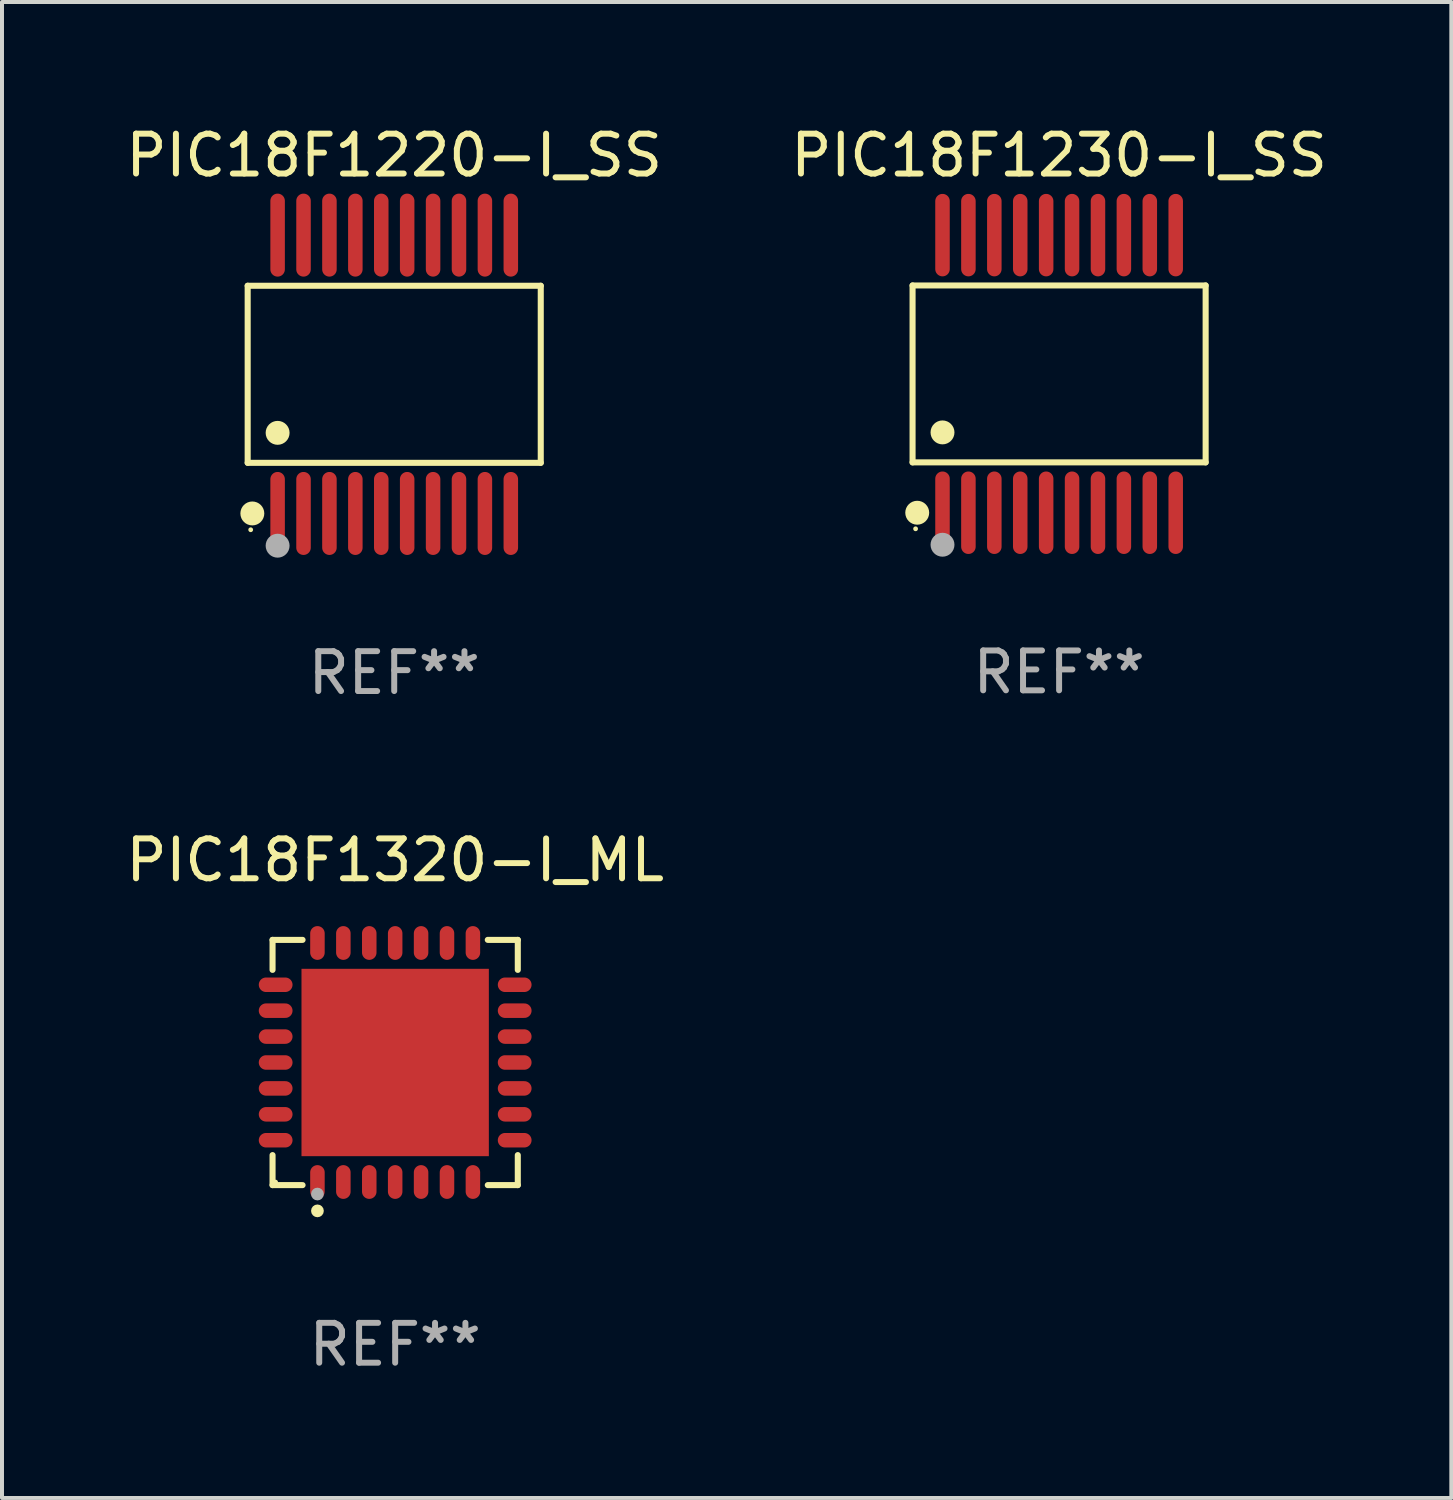
<source format=kicad_pcb>
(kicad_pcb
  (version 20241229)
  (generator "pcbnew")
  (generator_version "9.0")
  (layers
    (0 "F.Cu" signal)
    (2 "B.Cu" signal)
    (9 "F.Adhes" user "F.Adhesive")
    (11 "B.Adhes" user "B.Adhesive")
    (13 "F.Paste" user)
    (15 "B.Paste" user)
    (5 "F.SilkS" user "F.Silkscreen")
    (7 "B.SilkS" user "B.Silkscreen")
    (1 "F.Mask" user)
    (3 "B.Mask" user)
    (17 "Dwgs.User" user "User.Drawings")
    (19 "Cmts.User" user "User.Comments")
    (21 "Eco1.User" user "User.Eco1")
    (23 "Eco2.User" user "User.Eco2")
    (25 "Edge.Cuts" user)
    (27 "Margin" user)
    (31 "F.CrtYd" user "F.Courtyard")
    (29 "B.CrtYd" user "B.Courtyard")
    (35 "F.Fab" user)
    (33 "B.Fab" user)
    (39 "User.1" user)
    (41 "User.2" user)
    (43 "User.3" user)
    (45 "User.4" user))
  (footprint "PIC18F1220-I_SS"
    (layer "F.Cu")
    (at 6.839 6.339)
    (property "Reference" "PIC18F1220-I_SS" (at 0 -5.491 0) (layer "F.SilkS") (effects (font (size 1 1) (thickness 0.15))))
    (attr through_hole)
    (fp_line (start -3.676 -2.221) (end 3.676 -2.221) (stroke (width 0.152) (type solid)) (layer "F.SilkS"))
    (fp_line (start -3.676 2.221) (end -3.676 -2.221) (stroke (width 0.152) (type solid)) (layer "F.SilkS"))
    (fp_line (start 3.676 -2.221) (end 3.676 2.221) (stroke (width 0.152) (type solid)) (layer "F.SilkS"))
    (fp_line (start 3.676 2.221) (end -3.676 2.221) (stroke (width 0.152) (type solid)) (layer "F.SilkS"))
    (fp_circle (center -3.6 3.9) (end -3.57 3.9) (stroke (width 0.06) (type solid)) (fill no) (layer "F.SilkS"))
    (fp_circle (center -3.559 3.491) (end -3.409 3.491) (stroke (width 0.3) (type solid)) (fill no) (layer "F.SilkS"))
    (fp_circle (center -2.925 1.469) (end -2.775 1.469) (stroke (width 0.3) (type solid)) (fill no) (layer "F.SilkS"))
    (fp_circle (center -2.925 4.3) (end -2.775 4.3) (stroke (width 0.3) (type solid)) (fill no) (layer "F.Fab"))
    (fp_text user "REF**" (at 0 7.491 0) (layer "F.Fab") (effects (font (size 1 1) (thickness 0.15))))
    (pad "1" smd oval (at -2.925 3.491) (size 0.364 2.082) (layers "F.Cu" "F.Mask" "F.Paste"))
    (pad "2" smd oval (at -2.275 3.491) (size 0.364 2.082) (layers "F.Cu" "F.Mask" "F.Paste"))
    (pad "3" smd oval (at -1.625 3.491) (size 0.364 2.082) (layers "F.Cu" "F.Mask" "F.Paste"))
    (pad "4" smd oval (at -0.975 3.491) (size 0.364 2.082) (layers "F.Cu" "F.Mask" "F.Paste"))
    (pad "5" smd oval (at -0.325 3.491) (size 0.364 2.082) (layers "F.Cu" "F.Mask" "F.Paste"))
    (pad "6" smd oval (at 0.325 3.491) (size 0.364 2.082) (layers "F.Cu" "F.Mask" "F.Paste"))
    (pad "7" smd oval (at 0.975 3.491) (size 0.364 2.082) (layers "F.Cu" "F.Mask" "F.Paste"))
    (pad "8" smd oval (at 1.625 3.491) (size 0.364 2.082) (layers "F.Cu" "F.Mask" "F.Paste"))
    (pad "9" smd oval (at 2.275 3.491) (size 0.364 2.082) (layers "F.Cu" "F.Mask" "F.Paste"))
    (pad "10" smd oval (at 2.925 3.491) (size 0.364 2.082) (layers "F.Cu" "F.Mask" "F.Paste"))
    (pad "11" smd oval (at 2.925 -3.491) (size 0.364 2.082) (layers "F.Cu" "F.Mask" "F.Paste"))
    (pad "12" smd oval (at 2.275 -3.491) (size 0.364 2.082) (layers "F.Cu" "F.Mask" "F.Paste"))
    (pad "13" smd oval (at 1.625 -3.491) (size 0.364 2.082) (layers "F.Cu" "F.Mask" "F.Paste"))
    (pad "14" smd oval (at 0.975 -3.491) (size 0.364 2.082) (layers "F.Cu" "F.Mask" "F.Paste"))
    (pad "15" smd oval (at 0.325 -3.491) (size 0.364 2.082) (layers "F.Cu" "F.Mask" "F.Paste"))
    (pad "16" smd oval (at -0.325 -3.491) (size 0.364 2.082) (layers "F.Cu" "F.Mask" "F.Paste"))
    (pad "17" smd oval (at -0.975 -3.491) (size 0.364 2.082) (layers "F.Cu" "F.Mask" "F.Paste"))
    (pad "18" smd oval (at -1.625 -3.491) (size 0.364 2.082) (layers "F.Cu" "F.Mask" "F.Paste"))
    (pad "19" smd oval (at -2.275 -3.491) (size 0.364 2.082) (layers "F.Cu" "F.Mask" "F.Paste"))
    (pad "20" smd oval (at -2.925 -3.491) (size 0.364 2.082) (layers "F.Cu" "F.Mask" "F.Paste")))
  (footprint "PIC18F1320-I_ML"
    (layer "F.Cu")
    (at 6.863 23.603)
    (property "Reference" "PIC18F1320-I_ML" (at 0 -5.076 0) (layer "F.SilkS") (effects (font (size 1 1) (thickness 0.15))))
    (attr through_hole)
    (fp_line (start -3.076 -3.076) (end -2.323 -3.076) (stroke (width 0.152) (type solid)) (layer "F.SilkS"))
    (fp_line (start -3.076 -2.323) (end -3.076 -3.076) (stroke (width 0.152) (type solid)) (layer "F.SilkS"))
    (fp_line (start -3.076 2.323) (end -3.076 3.076) (stroke (width 0.152) (type solid)) (layer "F.SilkS"))
    (fp_line (start -3.076 3.076) (end -2.323 3.076) (stroke (width 0.152) (type solid)) (layer "F.SilkS"))
    (fp_line (start 3.076 -3.076) (end 2.323 -3.076) (stroke (width 0.152) (type solid)) (layer "F.SilkS"))
    (fp_line (start 3.076 -2.323) (end 3.076 -3.076) (stroke (width 0.152) (type solid)) (layer "F.SilkS"))
    (fp_line (start 3.076 2.323) (end 3.076 3.076) (stroke (width 0.152) (type solid)) (layer "F.SilkS"))
    (fp_line (start 3.076 3.076) (end 2.323 3.076) (stroke (width 0.152) (type solid)) (layer "F.SilkS"))
    (fp_circle (center -3 3) (end -2.97 3) (stroke (width 0.06) (type solid)) (fill no) (layer "F.SilkS"))
    (fp_circle (center -1.95 3.722) (end -1.87 3.722) (stroke (width 0.16) (type solid)) (fill no) (layer "F.SilkS"))
    (fp_circle (center -1.95 3.3) (end -1.87 3.3) (stroke (width 0.16) (type solid)) (fill no) (layer "F.Fab"))
    (fp_text user "REF**" (at 0 7.076 0) (layer "F.Fab") (effects (font (size 1 1) (thickness 0.15))))
    (pad "1" smd oval (at -1.95 2.998) (size 0.364 0.847) (layers "F.Cu" "F.Mask" "F.Paste"))
    (pad "2" smd oval (at -1.3 2.998) (size 0.364 0.847) (layers "F.Cu" "F.Mask" "F.Paste"))
    (pad "3" smd oval (at -0.65 2.998) (size 0.364 0.847) (layers "F.Cu" "F.Mask" "F.Paste"))
    (pad "4" smd oval (at 0 2.998) (size 0.364 0.847) (layers "F.Cu" "F.Mask" "F.Paste"))
    (pad "5" smd oval (at 0.65 2.998) (size 0.364 0.847) (layers "F.Cu" "F.Mask" "F.Paste"))
    (pad "6" smd oval (at 1.3 2.998) (size 0.364 0.847) (layers "F.Cu" "F.Mask" "F.Paste"))
    (pad "7" smd oval (at 1.95 2.998) (size 0.364 0.847) (layers "F.Cu" "F.Mask" "F.Paste"))
    (pad "8" smd oval (at 2.998 1.95) (size 0.847 0.364) (layers "F.Cu" "F.Mask" "F.Paste"))
    (pad "9" smd oval (at 2.998 1.3) (size 0.847 0.364) (layers "F.Cu" "F.Mask" "F.Paste"))
    (pad "10" smd oval (at 2.998 0.65) (size 0.847 0.364) (layers "F.Cu" "F.Mask" "F.Paste"))
    (pad "11" smd oval (at 2.998 0) (size 0.847 0.364) (layers "F.Cu" "F.Mask" "F.Paste"))
    (pad "12" smd oval (at 2.998 -0.65) (size 0.847 0.364) (layers "F.Cu" "F.Mask" "F.Paste"))
    (pad "13" smd oval (at 2.998 -1.3) (size 0.847 0.364) (layers "F.Cu" "F.Mask" "F.Paste"))
    (pad "14" smd oval (at 2.998 -1.95) (size 0.847 0.364) (layers "F.Cu" "F.Mask" "F.Paste"))
    (pad "15" smd oval (at 1.95 -2.998) (size 0.364 0.847) (layers "F.Cu" "F.Mask" "F.Paste"))
    (pad "16" smd oval (at 1.3 -2.998) (size 0.364 0.847) (layers "F.Cu" "F.Mask" "F.Paste"))
    (pad "17" smd oval (at 0.65 -2.998) (size 0.364 0.847) (layers "F.Cu" "F.Mask" "F.Paste"))
    (pad "18" smd oval (at 0 -2.998) (size 0.364 0.847) (layers "F.Cu" "F.Mask" "F.Paste"))
    (pad "19" smd oval (at -0.65 -2.998) (size 0.364 0.847) (layers "F.Cu" "F.Mask" "F.Paste"))
    (pad "20" smd oval (at -1.3 -2.998) (size 0.364 0.847) (layers "F.Cu" "F.Mask" "F.Paste"))
    (pad "21" smd oval (at -1.95 -2.998) (size 0.364 0.847) (layers "F.Cu" "F.Mask" "F.Paste"))
    (pad "22" smd oval (at -2.998 -1.95) (size 0.847 0.364) (layers "F.Cu" "F.Mask" "F.Paste"))
    (pad "23" smd oval (at -2.998 -1.3) (size 0.847 0.364) (layers "F.Cu" "F.Mask" "F.Paste"))
    (pad "24" smd oval (at -2.998 -0.65) (size 0.847 0.364) (layers "F.Cu" "F.Mask" "F.Paste"))
    (pad "25" smd oval (at -2.998 0) (size 0.847 0.364) (layers "F.Cu" "F.Mask" "F.Paste"))
    (pad "26" smd oval (at -2.998 0.65) (size 0.847 0.364) (layers "F.Cu" "F.Mask" "F.Paste"))
    (pad "27" smd oval (at -2.998 1.3) (size 0.847 0.364) (layers "F.Cu" "F.Mask" "F.Paste"))
    (pad "28" smd oval (at -2.998 1.95) (size 0.847 0.364) (layers "F.Cu" "F.Mask" "F.Paste"))
    (pad "29" smd rect (at 0 0) (size 4.7 4.7) (layers "F.Cu" "F.Mask" "F.Paste")))
  (footprint "PIC18F1230-I_SS"
    (layer "F.Cu")
    (at 23.518 6.33)
    (property "Reference" "PIC18F1230-I_SS" (at 0 -5.482 0) (layer "F.SilkS") (effects (font (size 1 1) (thickness 0.15))))
    (attr through_hole)
    (fp_line (start -3.676 -2.219) (end 3.676 -2.219) (stroke (width 0.152) (type solid)) (layer "F.SilkS"))
    (fp_line (start -3.676 2.219) (end -3.676 -2.219) (stroke (width 0.152) (type solid)) (layer "F.SilkS"))
    (fp_line (start 3.676 -2.219) (end 3.676 2.219) (stroke (width 0.152) (type solid)) (layer "F.SilkS"))
    (fp_line (start 3.676 2.219) (end -3.676 2.219) (stroke (width 0.152) (type solid)) (layer "F.SilkS"))
    (fp_circle (center -3.6 3.885) (end -3.57 3.885) (stroke (width 0.06) (type solid)) (fill no) (layer "F.SilkS"))
    (fp_circle (center -3.559 3.482) (end -3.409 3.482) (stroke (width 0.3) (type solid)) (fill no) (layer "F.SilkS"))
    (fp_circle (center -2.925 1.467) (end -2.775 1.467) (stroke (width 0.3) (type solid)) (fill no) (layer "F.SilkS"))
    (fp_circle (center -2.925 4.285) (end -2.775 4.285) (stroke (width 0.3) (type solid)) (fill no) (layer "F.Fab"))
    (fp_text user "REF**" (at 0 7.482 0) (layer "F.Fab") (effects (font (size 1 1) (thickness 0.15))))
    (pad "1" smd oval (at -2.925 3.482) (size 0.364 2.069) (layers "F.Cu" "F.Mask" "F.Paste"))
    (pad "2" smd oval (at -2.275 3.482) (size 0.364 2.069) (layers "F.Cu" "F.Mask" "F.Paste"))
    (pad "3" smd oval (at -1.625 3.482) (size 0.364 2.069) (layers "F.Cu" "F.Mask" "F.Paste"))
    (pad "4" smd oval (at -0.975 3.482) (size 0.364 2.069) (layers "F.Cu" "F.Mask" "F.Paste"))
    (pad "5" smd oval (at -0.325 3.482) (size 0.364 2.069) (layers "F.Cu" "F.Mask" "F.Paste"))
    (pad "6" smd oval (at 0.325 3.482) (size 0.364 2.069) (layers "F.Cu" "F.Mask" "F.Paste"))
    (pad "7" smd oval (at 0.975 3.482) (size 0.364 2.069) (layers "F.Cu" "F.Mask" "F.Paste"))
    (pad "8" smd oval (at 1.625 3.482) (size 0.364 2.069) (layers "F.Cu" "F.Mask" "F.Paste"))
    (pad "9" smd oval (at 2.275 3.482) (size 0.364 2.069) (layers "F.Cu" "F.Mask" "F.Paste"))
    (pad "10" smd oval (at 2.925 3.482) (size 0.364 2.069) (layers "F.Cu" "F.Mask" "F.Paste"))
    (pad "11" smd oval (at 2.925 -3.482) (size 0.364 2.069) (layers "F.Cu" "F.Mask" "F.Paste"))
    (pad "12" smd oval (at 2.275 -3.482) (size 0.364 2.069) (layers "F.Cu" "F.Mask" "F.Paste"))
    (pad "13" smd oval (at 1.625 -3.482) (size 0.364 2.069) (layers "F.Cu" "F.Mask" "F.Paste"))
    (pad "14" smd oval (at 0.975 -3.482) (size 0.364 2.069) (layers "F.Cu" "F.Mask" "F.Paste"))
    (pad "15" smd oval (at 0.325 -3.482) (size 0.364 2.069) (layers "F.Cu" "F.Mask" "F.Paste"))
    (pad "16" smd oval (at -0.325 -3.482) (size 0.364 2.069) (layers "F.Cu" "F.Mask" "F.Paste"))
    (pad "17" smd oval (at -0.975 -3.482) (size 0.364 2.069) (layers "F.Cu" "F.Mask" "F.Paste"))
    (pad "18" smd oval (at -1.625 -3.482) (size 0.364 2.069) (layers "F.Cu" "F.Mask" "F.Paste"))
    (pad "19" smd oval (at -2.275 -3.482) (size 0.364 2.069) (layers "F.Cu" "F.Mask" "F.Paste"))
    (pad "20" smd oval (at -2.925 -3.482) (size 0.364 2.069) (layers "F.Cu" "F.Mask" "F.Paste")))
  (gr_rect
    (start -3 -3)
    (end 33.357 34.527)
    (stroke (width 0.1) (type default))
    (fill no)
    (layer "Edge.Cuts")))
</source>
